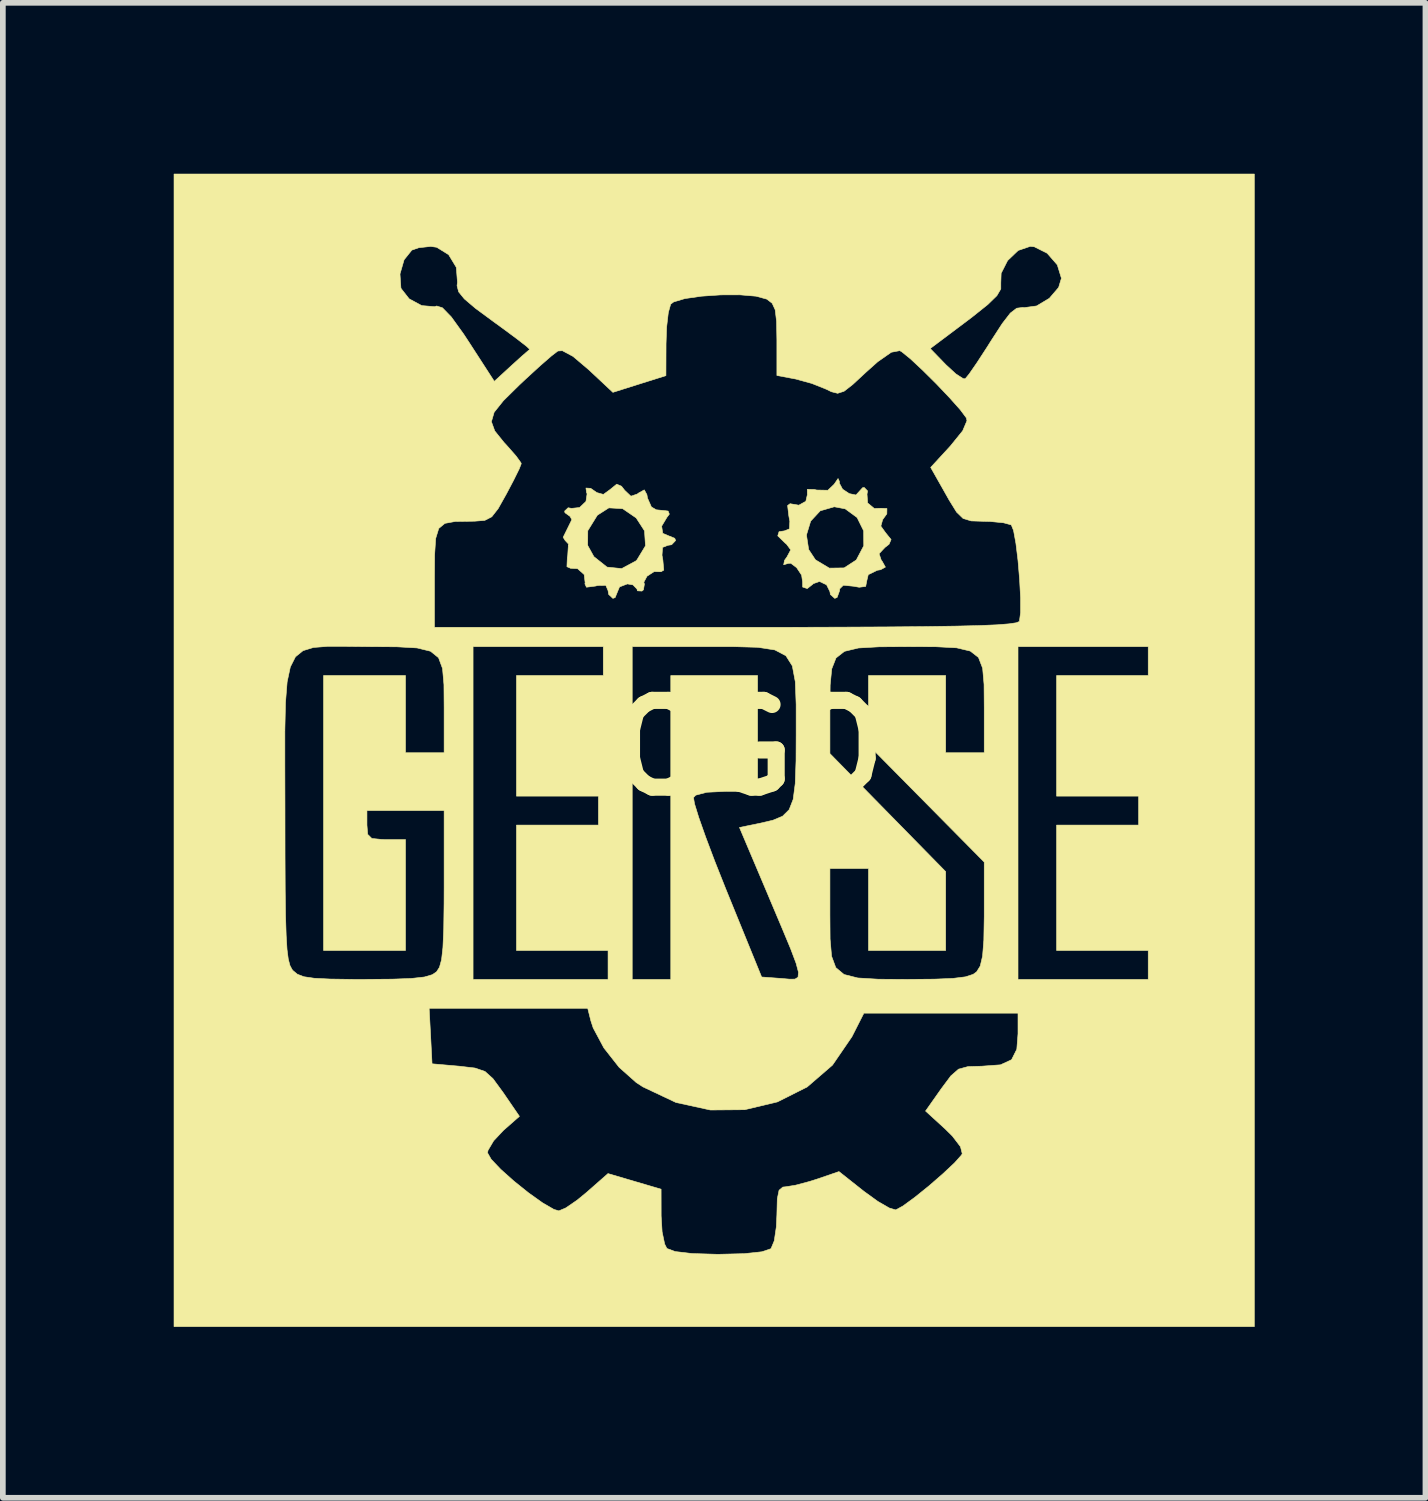
<source format=kicad_pcb>
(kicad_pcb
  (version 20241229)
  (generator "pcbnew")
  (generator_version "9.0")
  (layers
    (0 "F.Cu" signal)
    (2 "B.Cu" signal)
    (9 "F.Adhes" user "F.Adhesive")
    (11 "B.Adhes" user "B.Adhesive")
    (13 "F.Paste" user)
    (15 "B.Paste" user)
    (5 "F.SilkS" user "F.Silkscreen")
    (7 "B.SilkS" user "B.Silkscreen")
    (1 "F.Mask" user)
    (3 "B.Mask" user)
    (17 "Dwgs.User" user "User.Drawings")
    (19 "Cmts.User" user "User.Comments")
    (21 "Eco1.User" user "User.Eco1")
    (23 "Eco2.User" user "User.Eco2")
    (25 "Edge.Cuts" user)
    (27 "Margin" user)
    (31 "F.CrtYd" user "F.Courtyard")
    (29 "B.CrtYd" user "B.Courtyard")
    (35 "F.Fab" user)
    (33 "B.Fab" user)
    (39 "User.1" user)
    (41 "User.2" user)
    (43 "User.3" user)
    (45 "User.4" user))
  (footprint "LOGO"
    (layer "F.Cu")
    (at 9.488 10.08)
    (property "Reference" "LOGO" (at 0 0 0) (layer "F.SilkS") (effects (font (size 1.524 1.524) (thickness 0.3))))
    (attr through_hole)
    (fp_poly (pts (xy -1.627 -4.594) (xy -1.571 -4.522) (xy -1.462 -4.419) (xy -1.35 -4.457) (xy -1.328 -4.474) (xy -1.227 -4.53) (xy -1.181 -4.446) (xy -1.171 -4.386) (xy -1.102 -4.23) (xy -1.016 -4.18) (xy -0.849 -4.163) (xy -0.809 -4.158) (xy -0.787 -4.104) (xy -0.83 -4.047) (xy -0.922 -3.893) (xy -0.903 -3.767) (xy -0.804 -3.725) (xy -0.692 -3.68) (xy -0.677 -3.641) (xy -0.747 -3.567) (xy -0.815 -3.556) (xy -0.906 -3.52) (xy -0.916 -3.383) (xy -0.901 -3.298) (xy -0.885 -3.121) (xy -0.934 -3.092) (xy -0.936 -3.093) (xy -1.056 -3.094) (xy -1.179 -3.014) (xy -1.235 -2.909) (xy -1.225 -2.875) (xy -1.242 -2.775) (xy -1.269 -2.753) (xy -1.348 -2.758) (xy -1.355 -2.789) (xy -1.426 -2.862) (xy -1.524 -2.879) (xy -1.662 -2.826) (xy -1.693 -2.752) (xy -1.739 -2.639) (xy -1.778 -2.625) (xy -1.852 -2.694) (xy -1.863 -2.761) (xy -1.902 -2.853) (xy -2.044 -2.851) (xy -2.085 -2.841) (xy -2.242 -2.821) (xy -2.27 -2.881) (xy -2.265 -2.896) (xy -2.282 -3.043) (xy -2.399 -3.147) (xy -2.52 -3.153) (xy -2.585 -3.181) (xy -2.578 -3.343) (xy -2.571 -3.38) (xy -2.56 -3.555) (xy -2.221 -3.555) (xy -2.112 -3.358) (xy -1.881 -3.174) (xy -1.624 -3.148) (xy -1.375 -3.282) (xy -1.355 -3.302) (xy -1.206 -3.548) (xy -1.223 -3.811) (xy -1.369 -4.037) (xy -1.607 -4.2) (xy -1.849 -4.214) (xy -2.051 -4.085) (xy -2.219 -3.813) (xy -2.221 -3.555) (xy -2.56 -3.555) (xy -2.558 -3.58) (xy -2.616 -3.641) (xy -2.651 -3.698) (xy -2.575 -3.852) (xy -2.499 -4.007) (xy -2.53 -4.064) (xy -2.62 -4.129) (xy -2.625 -4.158) (xy -2.564 -4.216) (xy -2.504 -4.205) (xy -2.363 -4.22) (xy -2.251 -4.327) (xy -2.231 -4.461) (xy -2.241 -4.484) (xy -2.251 -4.562) (xy -2.168 -4.557) (xy -2.06 -4.482) (xy -1.945 -4.45) (xy -1.828 -4.535) (xy -1.711 -4.63) (xy -1.627 -4.594)) (stroke (width 0.01) (type solid)) (fill yes) (layer "F.SilkS"))
    (fp_poly (pts (xy 2.197 -4.681) (xy 2.199 -4.645) (xy 2.254 -4.542) (xy 2.372 -4.464) (xy 2.489 -4.44) (xy 2.54 -4.495) (xy 2.606 -4.568) (xy 2.634 -4.572) (xy 2.693 -4.511) (xy 2.683 -4.455) (xy 2.694 -4.3) (xy 2.811 -4.203) (xy 2.931 -4.207) (xy 3.033 -4.203) (xy 3.031 -4.109) (xy 2.958 -4.008) (xy 2.926 -3.893) (xy 3.011 -3.775) (xy 3.106 -3.658) (xy 3.07 -3.575) (xy 2.998 -3.519) (xy 2.895 -3.409) (xy 2.933 -3.297) (xy 2.95 -3.275) (xy 3.006 -3.174) (xy 2.922 -3.128) (xy 2.862 -3.118) (xy 2.705 -3.041) (xy 2.68 -2.937) (xy 2.66 -2.835) (xy 2.546 -2.82) (xy 2.447 -2.838) (xy 2.268 -2.856) (xy 2.204 -2.793) (xy 2.201 -2.758) (xy 2.158 -2.641) (xy 2.117 -2.625) (xy 2.04 -2.693) (xy 2.032 -2.743) (xy 1.973 -2.863) (xy 1.848 -2.922) (xy 1.739 -2.883) (xy 1.733 -2.875) (xy 1.634 -2.797) (xy 1.553 -2.824) (xy 1.552 -2.915) (xy 1.535 -3.033) (xy 1.448 -3.164) (xy 1.345 -3.242) (xy 1.299 -3.239) (xy 1.22 -3.215) (xy 1.235 -3.293) (xy 1.278 -3.353) (xy 1.344 -3.477) (xy 1.268 -3.579) (xy 1.246 -3.596) (xy 1.116 -3.723) (xy 1.121 -3.738) (xy 1.62 -3.738) (xy 1.659 -3.482) (xy 1.778 -3.302) (xy 2.022 -3.156) (xy 2.281 -3.16) (xy 2.495 -3.299) (xy 2.626 -3.548) (xy 2.624 -3.811) (xy 2.509 -4.044) (xy 2.3 -4.197) (xy 2.108 -4.233) (xy 1.862 -4.162) (xy 1.694 -3.981) (xy 1.62 -3.738) (xy 1.121 -3.738) (xy 1.139 -3.796) (xy 1.234 -3.81) (xy 1.321 -3.845) (xy 1.328 -3.979) (xy 1.31 -4.075) (xy 1.289 -4.255) (xy 1.334 -4.288) (xy 1.338 -4.286) (xy 1.486 -4.261) (xy 1.609 -4.329) (xy 1.637 -4.45) (xy 1.635 -4.456) (xy 1.635 -4.539) (xy 1.752 -4.538) (xy 1.801 -4.527) (xy 1.996 -4.523) (xy 2.106 -4.628) (xy 2.175 -4.729) (xy 2.197 -4.681)) (stroke (width 0.01) (type solid)) (fill yes) (layer "F.SilkS"))
    (fp_poly (pts (xy 9.483 10.16) (xy -9.483 10.16) (xy -9.483 4.572) (xy -5.004 4.572) (xy -4.978 5.059) (xy -4.953 5.546) (xy -4.474 5.588) (xy -4.2 5.62) (xy -4.024 5.68) (xy -3.884 5.806) (xy -3.717 6.034) (xy -3.706 6.049) (xy -3.419 6.468) (xy -3.699 6.714) (xy -3.872 6.898) (xy -3.97 7.064) (xy -3.979 7.109) (xy -3.915 7.222) (xy -3.748 7.398) (xy -3.516 7.605) (xy -3.258 7.812) (xy -3.011 7.988) (xy -2.814 8.102) (xy -2.727 8.128) (xy -2.603 8.075) (xy -2.405 7.939) (xy -2.236 7.8) (xy -1.864 7.473) (xy -1.398 7.61) (xy -0.932 7.747) (xy -0.931 8.217) (xy -0.914 8.496) (xy -0.869 8.711) (xy -0.83 8.788) (xy -0.685 8.842) (xy -0.387 8.877) (xy 0.047 8.89) (xy 0.085 8.89) (xy 0.529 8.879) (xy 0.837 8.846) (xy 0.994 8.793) (xy 0.999 8.788) (xy 1.055 8.653) (xy 1.091 8.409) (xy 1.101 8.196) (xy 1.108 7.916) (xy 1.139 7.766) (xy 1.205 7.71) (xy 1.255 7.705) (xy 1.425 7.678) (xy 1.677 7.611) (xy 1.8 7.572) (xy 2.191 7.438) (xy 2.632 7.787) (xy 2.874 7.962) (xy 3.075 8.078) (xy 3.188 8.111) (xy 3.314 8.042) (xy 3.521 7.891) (xy 3.769 7.691) (xy 4.015 7.477) (xy 4.22 7.285) (xy 4.342 7.148) (xy 4.355 7.124) (xy 4.324 7.001) (xy 4.181 6.814) (xy 4.058 6.692) (xy 3.711 6.375) (xy 3.988 5.982) (xy 4.155 5.758) (xy 4.29 5.64) (xy 4.455 5.595) (xy 4.698 5.588) (xy 5.026 5.564) (xy 5.221 5.474) (xy 5.313 5.29) (xy 5.334 5.021) (xy 5.334 4.657) (xy 2.628 4.657) (xy 2.418 5.071) (xy 2.077 5.569) (xy 1.632 5.953) (xy 1.11 6.215) (xy 0.535 6.352) (xy -0.067 6.357) (xy -0.671 6.225) (xy -1.251 5.951) (xy -1.369 5.874) (xy -1.669 5.607) (xy -1.937 5.266) (xy -2.124 4.916) (xy -2.165 4.791) (xy -2.22 4.572) (xy -5.004 4.572) (xy -9.483 4.572) (xy -9.483 0.308) (xy -7.537 0.308) (xy -7.535 1.077) (xy -7.535 1.157) (xy -7.534 1.899) (xy -7.531 2.489) (xy -7.525 2.947) (xy -7.514 3.29) (xy -7.499 3.538) (xy -7.477 3.708) (xy -7.448 3.819) (xy -7.411 3.889) (xy -7.395 3.909) (xy -7.318 3.973) (xy -7.204 4.017) (xy -7.021 4.044) (xy -6.741 4.058) (xy -6.333 4.064) (xy -6.131 4.064) (xy -5.651 4.06) (xy -5.312 4.047) (xy -5.087 4.022) (xy -4.948 3.981) (xy -4.874 3.931) (xy -4.823 3.852) (xy -4.786 3.718) (xy -4.762 3.504) (xy -4.748 3.185) (xy -4.742 2.734) (xy -4.741 2.449) (xy -4.741 1.101) (xy -6.096 1.101) (xy -6.096 1.355) (xy -6.083 1.518) (xy -6.01 1.59) (xy -5.83 1.608) (xy -5.757 1.609) (xy -5.419 1.609) (xy -5.419 3.556) (xy -6.858 3.556) (xy -6.858 -1.27) (xy -5.419 -1.27) (xy -5.419 0.085) (xy -4.741 0.085) (xy -4.741 -0.714) (xy -4.744 -1.11) (xy -4.769 -1.394) (xy -4.839 -1.583) (xy -4.98 -1.697) (xy -5.217 -1.755) (xy -5.572 -1.775) (xy -6.07 -1.778) (xy -4.233 -1.778) (xy -4.233 4.064) (xy -1.863 4.064) (xy -1.863 3.556) (xy -3.471 3.556) (xy -3.471 1.355) (xy -2.032 1.355) (xy -2.032 0.847) (xy -3.471 0.847) (xy -3.471 -1.27) (xy -1.947 -1.27) (xy -1.947 -1.778) (xy -1.439 -1.778) (xy -1.439 4.064) (xy -0.762 4.064) (xy -0.762 -1.27) (xy 0.762 -1.27) (xy 0.762 0.762) (xy 0.221 0.762) (xy -0.131 0.779) (xy -0.324 0.83) (xy -0.363 0.872) (xy -0.345 0.981) (xy -0.271 1.221) (xy -0.15 1.564) (xy 0.009 1.986) (xy 0.197 2.46) (xy 0.214 2.502) (xy 0.833 4.022) (xy 1.186 4.048) (xy 1.322 4.06) (xy 1.419 4.059) (xy 1.472 4.026) (xy 1.48 3.939) (xy 1.438 3.78) (xy 1.343 3.528) (xy 1.191 3.163) (xy 0.98 2.664) (xy 0.935 2.556) (xy 0.444 1.397) (xy 0.794 1.325) (xy 1.031 1.27) (xy 1.201 1.199) (xy 1.316 1.085) (xy 1.387 0.903) (xy 1.423 0.626) (xy 1.437 0.228) (xy 1.439 -0.225) (xy 1.439 -0.704) (xy 2.032 -0.704) (xy 2.032 0.1) (xy 3.048 1.136) (xy 4.064 2.172) (xy 4.064 3.556) (xy 2.709 3.556) (xy 2.709 2.117) (xy 2.032 2.117) (xy 2.032 2.936) (xy 2.035 3.356) (xy 2.061 3.657) (xy 2.135 3.857) (xy 2.28 3.978) (xy 2.521 4.039) (xy 2.882 4.061) (xy 3.388 4.064) (xy 3.394 4.064) (xy 3.865 4.06) (xy 4.195 4.046) (xy 4.413 4.019) (xy 4.547 3.975) (xy 4.608 3.931) (xy 4.671 3.829) (xy 4.712 3.654) (xy 4.734 3.376) (xy 4.741 2.963) (xy 4.741 2.901) (xy 4.741 2.005) (xy 2.709 -0.051) (xy 2.709 -1.27) (xy 4.064 -1.27) (xy 4.064 0.085) (xy 4.741 0.085) (xy 4.741 -0.714) (xy 4.738 -1.114) (xy 4.713 -1.399) (xy 4.64 -1.588) (xy 4.496 -1.7) (xy 4.256 -1.757) (xy 3.894 -1.776) (xy 3.408 -1.778) (xy 5.334 -1.778) (xy 5.334 4.064) (xy 7.62 4.064) (xy 7.62 3.556) (xy 6.011 3.556) (xy 6.011 1.355) (xy 7.451 1.355) (xy 7.451 0.847) (xy 6.011 0.847) (xy 6.011 -1.27) (xy 7.62 -1.27) (xy 7.62 -1.778) (xy 5.334 -1.778) (xy 3.408 -1.778) (xy 2.898 -1.775) (xy 2.532 -1.754) (xy 2.287 -1.695) (xy 2.139 -1.579) (xy 2.064 -1.388) (xy 2.036 -1.103) (xy 2.032 -0.704) (xy 1.439 -0.704) (xy 1.439 -0.764) (xy 1.424 -1.162) (xy 1.372 -1.439) (xy 1.259 -1.618) (xy 1.065 -1.72) (xy 0.767 -1.766) (xy 0.341 -1.778) (xy -0.169 -1.778) (xy -1.439 -1.778) (xy -1.947 -1.778) (xy -4.233 -1.778) (xy -6.07 -1.778) (xy -6.071 -1.778) (xy -6.102 -1.778) (xy -6.485 -1.782) (xy -6.793 -1.782) (xy -7.035 -1.763) (xy -7.218 -1.707) (xy -7.351 -1.599) (xy -7.441 -1.421) (xy -7.497 -1.159) (xy -7.526 -0.794) (xy -7.537 -0.31) (xy -7.537 0.308) (xy -9.483 0.308) (xy -9.483 -2.997) (xy -4.911 -2.997) (xy -4.911 -2.117) (xy 0.205 -2.117) (xy 1.309 -2.117) (xy 2.254 -2.12) (xy 3.051 -2.124) (xy 3.71 -2.13) (xy 4.241 -2.138) (xy 4.656 -2.148) (xy 4.965 -2.161) (xy 5.177 -2.178) (xy 5.305 -2.197) (xy 5.357 -2.219) (xy 5.359 -2.223) (xy 5.379 -2.375) (xy 5.379 -2.635) (xy 5.362 -2.955) (xy 5.334 -3.289) (xy 5.297 -3.592) (xy 5.256 -3.816) (xy 5.216 -3.915) (xy 5.08 -3.952) (xy 4.845 -3.975) (xy 4.728 -3.978) (xy 4.511 -3.985) (xy 4.37 -4.028) (xy 4.256 -4.139) (xy 4.123 -4.354) (xy 4.068 -4.452) (xy 3.801 -4.924) (xy 4.147 -5.3) (xy 4.363 -5.567) (xy 4.438 -5.744) (xy 4.427 -5.794) (xy 4.32 -5.937) (xy 4.132 -6.148) (xy 3.9 -6.392) (xy 3.659 -6.631) (xy 3.445 -6.831) (xy 3.293 -6.954) (xy 3.258 -6.974) (xy 3.11 -6.946) (xy 2.872 -6.78) (xy 2.668 -6.598) (xy 2.433 -6.38) (xy 2.28 -6.261) (xy 2.168 -6.225) (xy 2.057 -6.253) (xy 1.972 -6.295) (xy 1.715 -6.398) (xy 1.427 -6.477) (xy 1.415 -6.479) (xy 1.101 -6.538) (xy 1.101 -7.011) (xy 3.793 -7.011) (xy 4.069 -6.726) (xy 4.243 -6.566) (xy 4.373 -6.482) (xy 4.407 -6.48) (xy 4.477 -6.565) (xy 4.611 -6.759) (xy 4.785 -7.026) (xy 4.858 -7.142) (xy 5.057 -7.449) (xy 5.199 -7.633) (xy 5.311 -7.719) (xy 5.418 -7.733) (xy 5.441 -7.729) (xy 5.661 -7.759) (xy 5.884 -7.893) (xy 6.047 -8.083) (xy 6.096 -8.245) (xy 6.024 -8.48) (xy 5.846 -8.684) (xy 5.619 -8.798) (xy 5.549 -8.805) (xy 5.337 -8.733) (xy 5.151 -8.555) (xy 5.038 -8.332) (xy 5.032 -8.162) (xy 5.032 -8.057) (xy 4.963 -7.939) (xy 4.804 -7.784) (xy 4.531 -7.566) (xy 4.436 -7.494) (xy 3.793 -7.011) (xy 1.101 -7.011) (xy 1.101 -7.161) (xy 1.095 -7.489) (xy 1.071 -7.691) (xy 1.018 -7.806) (xy 0.926 -7.877) (xy 0.921 -7.879) (xy 0.735 -7.93) (xy 0.45 -7.954) (xy 0.114 -7.953) (xy -0.223 -7.93) (xy -0.514 -7.888) (xy -0.712 -7.829) (xy -0.764 -7.789) (xy -0.805 -7.643) (xy -0.835 -7.385) (xy -0.845 -7.099) (xy -0.847 -6.535) (xy -1.312 -6.389) (xy -1.778 -6.242) (xy -2.202 -6.639) (xy -2.478 -6.873) (xy -2.665 -6.973) (xy -2.744 -6.968) (xy -2.856 -6.882) (xy -3.055 -6.709) (xy -3.305 -6.48) (xy -3.419 -6.373) (xy -3.701 -6.095) (xy -3.863 -5.892) (xy -3.911 -5.727) (xy -3.852 -5.564) (xy -3.692 -5.365) (xy -3.625 -5.292) (xy -3.476 -5.122) (xy -3.393 -5.007) (xy -3.387 -4.989) (xy -3.424 -4.895) (xy -3.522 -4.697) (xy -3.647 -4.46) (xy -3.793 -4.2) (xy -3.905 -4.057) (xy -4.028 -3.994) (xy -4.206 -3.98) (xy -4.275 -3.979) (xy -4.547 -3.975) (xy -4.727 -3.942) (xy -4.835 -3.853) (xy -4.889 -3.678) (xy -4.908 -3.389) (xy -4.911 -2.997) (xy -9.483 -2.997) (xy -9.483 -8.32) (xy -5.516 -8.32) (xy -5.5 -8.079) (xy -5.495 -8.063) (xy -5.355 -7.884) (xy -5.134 -7.765) (xy -4.909 -7.746) (xy -4.871 -7.758) (xy -4.77 -7.726) (xy -4.615 -7.566) (xy -4.399 -7.266) (xy -4.303 -7.12) (xy -3.86 -6.435) (xy -3.561 -6.71) (xy -3.381 -6.873) (xy -3.261 -6.977) (xy -3.236 -6.995) (xy -3.289 -7.046) (xy -3.451 -7.172) (xy -3.696 -7.354) (xy -3.879 -7.487) (xy -4.192 -7.718) (xy -4.386 -7.883) (xy -4.486 -8.006) (xy -4.514 -8.114) (xy -4.507 -8.175) (xy -4.527 -8.436) (xy -4.662 -8.659) (xy -4.872 -8.789) (xy -4.976 -8.804) (xy -5.186 -8.781) (xy -5.308 -8.739) (xy -5.444 -8.569) (xy -5.516 -8.32) (xy -9.483 -8.32) (xy -9.483 -10.075) (xy 9.483 -10.075) (xy 9.483 10.16)) (stroke (width 0.01) (type solid)) (fill yes) (layer "F.SilkS")))
  (gr_rect
    (start -3 -3)
    (end 21.975 23.245)
    (stroke (width 0.1) (type default))
    (fill no)
    (layer "Edge.Cuts")))
</source>
